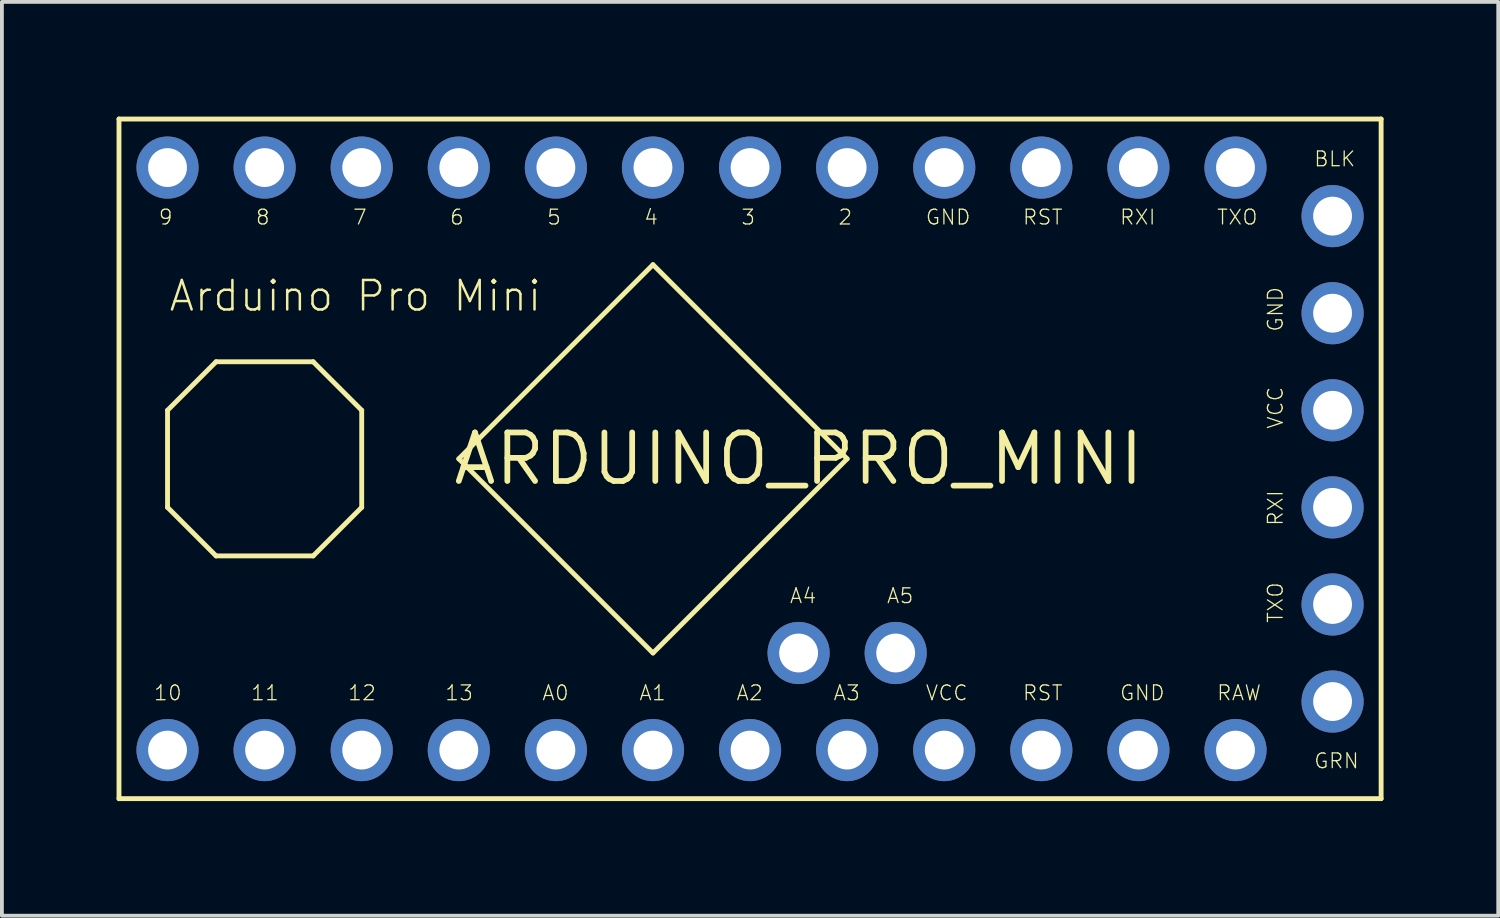
<source format=kicad_pcb>
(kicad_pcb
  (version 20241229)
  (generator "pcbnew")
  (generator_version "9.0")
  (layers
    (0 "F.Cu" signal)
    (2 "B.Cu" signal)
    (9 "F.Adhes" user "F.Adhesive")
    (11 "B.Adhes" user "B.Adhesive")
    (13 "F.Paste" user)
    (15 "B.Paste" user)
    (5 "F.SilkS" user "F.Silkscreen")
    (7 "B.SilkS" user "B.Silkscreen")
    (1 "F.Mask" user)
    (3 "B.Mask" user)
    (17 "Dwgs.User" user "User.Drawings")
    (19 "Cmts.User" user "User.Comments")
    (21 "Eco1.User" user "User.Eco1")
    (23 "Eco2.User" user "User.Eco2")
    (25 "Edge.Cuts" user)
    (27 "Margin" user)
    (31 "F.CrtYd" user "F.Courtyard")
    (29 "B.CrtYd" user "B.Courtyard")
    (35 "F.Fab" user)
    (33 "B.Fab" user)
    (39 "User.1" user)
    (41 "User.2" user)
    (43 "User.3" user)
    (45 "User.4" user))
  (footprint "ARDUINO_PRO_MINI"
    (layer "F.Cu")
    (at 17.843 8.954)
    (property "Reference" "ARDUINO_PRO_MINI" (at 0 0 0) (layer "F.SilkS") (effects (font (size 1.27 1.27) (thickness 0.15))))
    (attr through_hole)
    (fp_line (start -17.78 -8.89) (end -17.78 8.89) (stroke (width 0.127) (type solid)) (layer "F.SilkS"))
    (fp_line (start -17.78 8.89) (end 15.24 8.89) (stroke (width 0.127) (type solid)) (layer "F.SilkS"))
    (fp_line (start -16.51 -1.27) (end -16.51 1.27) (stroke (width 0.127) (type solid)) (layer "F.SilkS"))
    (fp_line (start -16.51 1.27) (end -15.24 2.54) (stroke (width 0.127) (type solid)) (layer "F.SilkS"))
    (fp_line (start -15.24 -2.54) (end -16.51 -1.27) (stroke (width 0.127) (type solid)) (layer "F.SilkS"))
    (fp_line (start -15.24 2.54) (end -12.7 2.54) (stroke (width 0.127) (type solid)) (layer "F.SilkS"))
    (fp_line (start -12.7 -2.54) (end -15.24 -2.54) (stroke (width 0.127) (type solid)) (layer "F.SilkS"))
    (fp_line (start -12.7 2.54) (end -11.43 1.27) (stroke (width 0.127) (type solid)) (layer "F.SilkS"))
    (fp_line (start -11.43 -1.27) (end -12.7 -2.54) (stroke (width 0.127) (type solid)) (layer "F.SilkS"))
    (fp_line (start -11.43 1.27) (end -11.43 -1.27) (stroke (width 0.127) (type solid)) (layer "F.SilkS"))
    (fp_line (start -8.89 0) (end -3.81 -5.08) (stroke (width 0.127) (type solid)) (layer "F.SilkS"))
    (fp_line (start -3.81 -5.08) (end 1.27 0) (stroke (width 0.127) (type solid)) (layer "F.SilkS"))
    (fp_line (start -3.81 5.08) (end -8.89 0) (stroke (width 0.127) (type solid)) (layer "F.SilkS"))
    (fp_line (start 1.27 0) (end -3.81 5.08) (stroke (width 0.127) (type solid)) (layer "F.SilkS"))
    (fp_line (start 15.24 -8.89) (end -17.78 -8.89) (stroke (width 0.127) (type solid)) (layer "F.SilkS"))
    (fp_line (start 15.24 8.89) (end 15.24 -8.89) (stroke (width 0.127) (type solid)) (layer "F.SilkS"))
    (fp_text user "RXI" (at 12.7 1.778 90) (layer "F.SilkS") (effects (font (size 0.386 0.386) (thickness 0.033)) (justify left bottom)))
    (fp_text user "BLK" (at 13.462 -7.62 0) (layer "F.SilkS") (effects (font (size 0.386 0.386) (thickness 0.033)) (justify left bottom)))
    (fp_text user "13" (at -9.271 6.35 0) (layer "F.SilkS") (effects (font (size 0.386 0.386) (thickness 0.033)) (justify left bottom)))
    (fp_text user "A1" (at -4.191 6.35 0) (layer "F.SilkS") (effects (font (size 0.386 0.386) (thickness 0.033)) (justify left bottom)))
    (fp_text user "GND" (at 12.7 -3.302 90) (layer "F.SilkS") (effects (font (size 0.386 0.386) (thickness 0.033)) (justify left bottom)))
    (fp_text user "4" (at -4.064 -6.096 0) (layer "F.SilkS") (effects (font (size 0.386 0.386) (thickness 0.033)) (justify left bottom)))
    (fp_text user "A4" (at -0.254 3.81 0) (layer "F.SilkS") (effects (font (size 0.386 0.386) (thickness 0.033)) (justify left bottom)))
    (fp_text user "5" (at -6.604 -6.096 0) (layer "F.SilkS") (effects (font (size 0.386 0.386) (thickness 0.033)) (justify left bottom)))
    (fp_text user "RAW" (at 10.922 6.35 0) (layer "F.SilkS") (effects (font (size 0.386 0.386) (thickness 0.033)) (justify left bottom)))
    (fp_text user "3" (at -1.524 -6.096 0) (layer "F.SilkS") (effects (font (size 0.386 0.386) (thickness 0.033)) (justify left bottom)))
    (fp_text user "10" (at -16.891 6.35 0) (layer "F.SilkS") (effects (font (size 0.386 0.386) (thickness 0.033)) (justify left bottom)))
    (fp_text user "7" (at -11.684 -6.096 0) (layer "F.SilkS") (effects (font (size 0.386 0.386) (thickness 0.033)) (justify left bottom)))
    (fp_text user "A3" (at 0.889 6.35 0) (layer "F.SilkS") (effects (font (size 0.386 0.386) (thickness 0.033)) (justify left bottom)))
    (fp_text user "11" (at -14.351 6.35 0) (layer "F.SilkS") (effects (font (size 0.386 0.386) (thickness 0.033)) (justify left bottom)))
    (fp_text user "A5" (at 2.286 3.81 0) (layer "F.SilkS") (effects (font (size 0.386 0.386) (thickness 0.033)) (justify left bottom)))
    (fp_text user "9" (at -16.764 -6.096 0) (layer "F.SilkS") (effects (font (size 0.386 0.386) (thickness 0.033)) (justify left bottom)))
    (fp_text user "A2" (at -1.651 6.35 0) (layer "F.SilkS") (effects (font (size 0.386 0.386) (thickness 0.033)) (justify left bottom)))
    (fp_text user "12" (at -11.811 6.35 0) (layer "F.SilkS") (effects (font (size 0.386 0.386) (thickness 0.033)) (justify left bottom)))
    (fp_text user "TXO" (at 12.7 4.318 90) (layer "F.SilkS") (effects (font (size 0.386 0.386) (thickness 0.033)) (justify left bottom)))
    (fp_text user "RST" (at 5.842 6.35 0) (layer "F.SilkS") (effects (font (size 0.386 0.386) (thickness 0.033)) (justify left bottom)))
    (fp_text user "GRN" (at 13.462 8.128 0) (layer "F.SilkS") (effects (font (size 0.386 0.386) (thickness 0.033)) (justify left bottom)))
    (fp_text user "RST" (at 5.842 -6.096 0) (layer "F.SilkS") (effects (font (size 0.386 0.386) (thickness 0.033)) (justify left bottom)))
    (fp_text user "GND" (at 3.302 -6.096 0) (layer "F.SilkS") (effects (font (size 0.386 0.386) (thickness 0.033)) (justify left bottom)))
    (fp_text user "6" (at -9.144 -6.096 0) (layer "F.SilkS") (effects (font (size 0.386 0.386) (thickness 0.033)) (justify left bottom)))
    (fp_text user "TXO" (at 10.922 -6.096 0) (layer "F.SilkS") (effects (font (size 0.386 0.386) (thickness 0.033)) (justify left bottom)))
    (fp_text user "GND" (at 8.382 6.35 0) (layer "F.SilkS") (effects (font (size 0.386 0.386) (thickness 0.033)) (justify left bottom)))
    (fp_text user "VCC" (at 3.302 6.35 0) (layer "F.SilkS") (effects (font (size 0.386 0.386) (thickness 0.033)) (justify left bottom)))
    (fp_text user "VCC" (at 12.7 -0.762 90) (layer "F.SilkS") (effects (font (size 0.386 0.386) (thickness 0.033)) (justify left bottom)))
    (fp_text user "A0" (at -6.731 6.35 0) (layer "F.SilkS") (effects (font (size 0.386 0.386) (thickness 0.033)) (justify left bottom)))
    (fp_text user "RXI" (at 8.382 -6.096 0) (layer "F.SilkS") (effects (font (size 0.386 0.386) (thickness 0.033)) (justify left bottom)))
    (fp_text user "Arduino Pro Mini" (at -16.51 -3.81 0) (layer "F.SilkS") (effects (font (size 0.772 0.772) (thickness 0.065)) (justify left bottom)))
    (fp_text user "2" (at 1.016 -6.096 0) (layer "F.SilkS") (effects (font (size 0.386 0.386) (thickness 0.033)) (justify left bottom)))
    (fp_text user "8" (at -14.224 -6.096 0) (layer "F.SilkS") (effects (font (size 0.386 0.386) (thickness 0.033)) (justify left bottom)))
    (pad "A0" thru_hole circle (at -6.35 7.62) (size 1.626 1.626) (drill 1.016) (layers "*.Cu" "*.Mask"))
    (pad "A1" thru_hole circle (at -3.81 7.62) (size 1.626 1.626) (drill 1.016) (layers "*.Cu" "*.Mask"))
    (pad "A2" thru_hole circle (at -1.27 7.62) (size 1.626 1.626) (drill 1.016) (layers "*.Cu" "*.Mask"))
    (pad "A3" thru_hole circle (at 1.27 7.62) (size 1.626 1.626) (drill 1.016) (layers "*.Cu" "*.Mask"))
    (pad "A4" thru_hole circle (at 0 5.08) (size 1.626 1.626) (drill 1.016) (layers "*.Cu" "*.Mask"))
    (pad "A5" thru_hole circle (at 2.54 5.08) (size 1.626 1.626) (drill 1.016) (layers "*.Cu" "*.Mask"))
    (pad "BLK" thru_hole circle (at 13.97 -6.35) (size 1.626 1.626) (drill 1.016) (layers "*.Cu" "*.Mask"))
    (pad "D2" thru_hole circle (at 1.27 -7.62) (size 1.626 1.626) (drill 1.016) (layers "*.Cu" "*.Mask"))
    (pad "D3" thru_hole circle (at -1.27 -7.62) (size 1.626 1.626) (drill 1.016) (layers "*.Cu" "*.Mask"))
    (pad "D4" thru_hole circle (at -3.81 -7.62) (size 1.626 1.626) (drill 1.016) (layers "*.Cu" "*.Mask"))
    (pad "D5" thru_hole circle (at -6.35 -7.62) (size 1.626 1.626) (drill 1.016) (layers "*.Cu" "*.Mask"))
    (pad "D6" thru_hole circle (at -8.89 -7.62) (size 1.626 1.626) (drill 1.016) (layers "*.Cu" "*.Mask"))
    (pad "D7" thru_hole circle (at -11.43 -7.62) (size 1.626 1.626) (drill 1.016) (layers "*.Cu" "*.Mask"))
    (pad "D8" thru_hole circle (at -13.97 -7.62) (size 1.626 1.626) (drill 1.016) (layers "*.Cu" "*.Mask"))
    (pad "D9" thru_hole circle (at -16.51 -7.62) (size 1.626 1.626) (drill 1.016) (layers "*.Cu" "*.Mask"))
    (pad "D10" thru_hole circle (at -16.51 7.62) (size 1.626 1.626) (drill 1.016) (layers "*.Cu" "*.Mask"))
    (pad "D11" thru_hole circle (at -13.97 7.62) (size 1.626 1.626) (drill 1.016) (layers "*.Cu" "*.Mask"))
    (pad "D12" thru_hole circle (at -11.43 7.62) (size 1.626 1.626) (drill 1.016) (layers "*.Cu" "*.Mask"))
    (pad "D13" thru_hole circle (at -8.89 7.62) (size 1.626 1.626) (drill 1.016) (layers "*.Cu" "*.Mask"))
    (pad "GND1" thru_hole circle (at 8.89 7.62) (size 1.626 1.626) (drill 1.016) (layers "*.Cu" "*.Mask"))
    (pad "GND2" thru_hole circle (at 3.81 -7.62) (size 1.626 1.626) (drill 1.016) (layers "*.Cu" "*.Mask"))
    (pad "GND3" thru_hole circle (at 13.97 -3.81) (size 1.626 1.626) (drill 1.016) (layers "*.Cu" "*.Mask"))
    (pad "GRN" thru_hole circle (at 13.97 6.35) (size 1.626 1.626) (drill 1.016) (layers "*.Cu" "*.Mask"))
    (pad "RAW" thru_hole circle (at 11.43 7.62) (size 1.626 1.626) (drill 1.016) (layers "*.Cu" "*.Mask"))
    (pad "RST1" thru_hole circle (at 6.35 7.62) (size 1.626 1.626) (drill 1.016) (layers "*.Cu" "*.Mask"))
    (pad "RST2" thru_hole circle (at 6.35 -7.62) (size 1.626 1.626) (drill 1.016) (layers "*.Cu" "*.Mask"))
    (pad "RXI" thru_hole circle (at 8.89 -7.62) (size 1.626 1.626) (drill 1.016) (layers "*.Cu" "*.Mask"))
    (pad "RXI2" thru_hole circle (at 13.97 1.27) (size 1.626 1.626) (drill 1.016) (layers "*.Cu" "*.Mask"))
    (pad "TXO" thru_hole circle (at 11.43 -7.62) (size 1.626 1.626) (drill 1.016) (layers "*.Cu" "*.Mask"))
    (pad "TXO2" thru_hole circle (at 13.97 3.81) (size 1.626 1.626) (drill 1.016) (layers "*.Cu" "*.Mask"))
    (pad "VCC1" thru_hole circle (at 3.81 7.62) (size 1.626 1.626) (drill 1.016) (layers "*.Cu" "*.Mask"))
    (pad "VCC2" thru_hole circle (at 13.97 -1.27) (size 1.626 1.626) (drill 1.016) (layers "*.Cu" "*.Mask")))
  (gr_rect
    (start -3 -3)
    (end 36.147 20.907)
    (stroke (width 0.1) (type default))
    (fill no)
    (layer "Edge.Cuts")))
</source>
